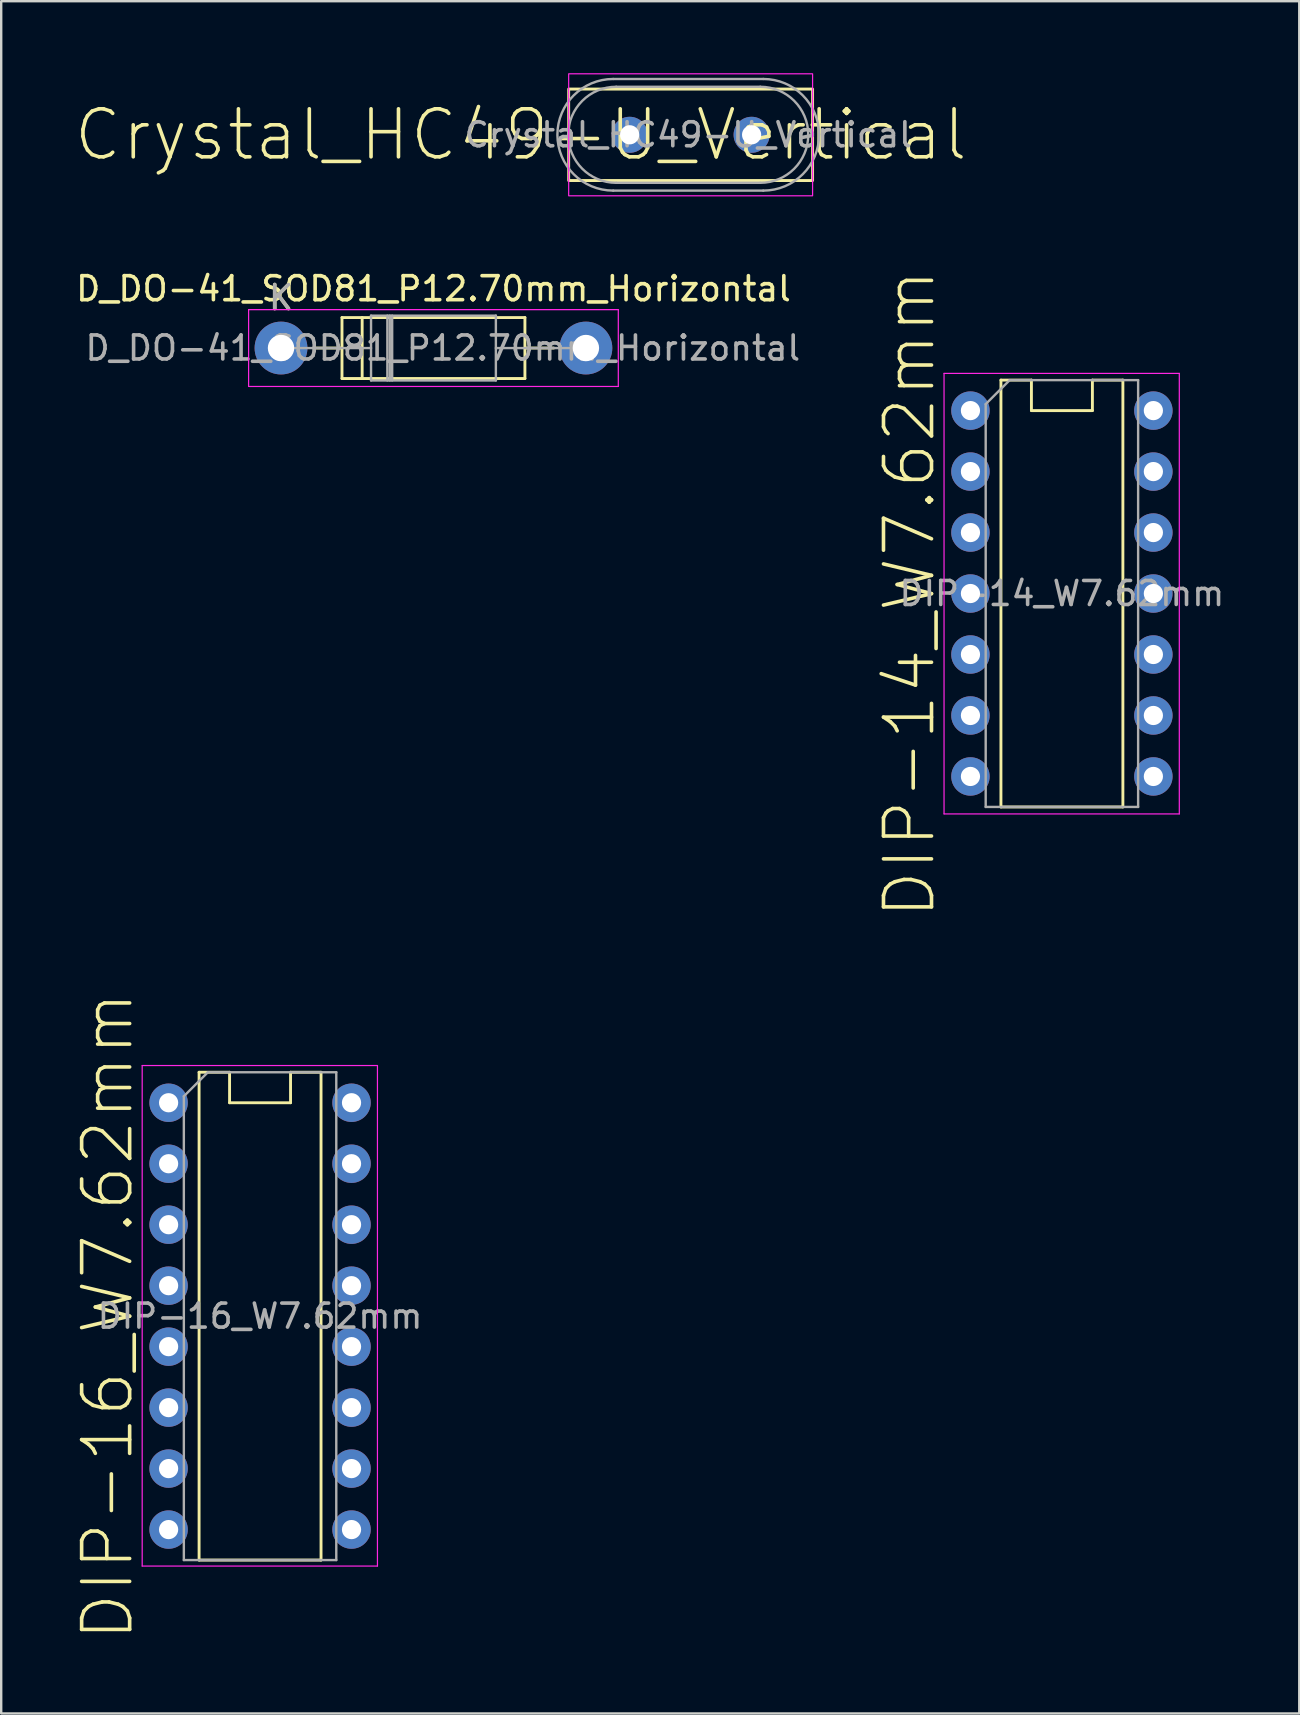
<source format=kicad_pcb>
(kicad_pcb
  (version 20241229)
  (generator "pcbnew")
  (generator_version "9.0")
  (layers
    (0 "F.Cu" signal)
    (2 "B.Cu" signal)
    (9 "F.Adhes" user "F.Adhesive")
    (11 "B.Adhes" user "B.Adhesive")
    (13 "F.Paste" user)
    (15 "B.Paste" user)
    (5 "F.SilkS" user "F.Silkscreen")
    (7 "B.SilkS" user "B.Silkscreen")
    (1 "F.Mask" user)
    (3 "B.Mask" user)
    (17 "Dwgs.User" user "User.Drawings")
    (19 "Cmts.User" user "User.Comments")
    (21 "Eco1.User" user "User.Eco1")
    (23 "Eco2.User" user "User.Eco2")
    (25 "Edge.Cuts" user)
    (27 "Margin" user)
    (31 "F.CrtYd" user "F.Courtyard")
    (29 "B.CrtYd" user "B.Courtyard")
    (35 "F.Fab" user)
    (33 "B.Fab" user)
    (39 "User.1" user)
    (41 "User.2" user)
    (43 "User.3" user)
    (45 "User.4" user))
  (footprint "DIP-14_W7.62mm"
    (layer "F.Cu")
    (at 37.375 14.054)
    (property "Reference" "DIP-14_W7.62mm" (at -2.54 7.625 90) (layer "F.SilkS") (effects (font (size 2 2) (thickness 0.15))))
    (attr through_hole)
    (fp_line (start 1.27 -1.27) (end 1.27 16.51) (stroke (width 0.12) (type solid)) (layer "F.SilkS"))
    (fp_line (start 1.27 16.51) (end 6.35 16.51) (stroke (width 0.12) (type solid)) (layer "F.SilkS"))
    (fp_line (start 2.54 -1.27) (end 1.27 -1.27) (stroke (width 0.12) (type solid)) (layer "F.SilkS"))
    (fp_line (start 2.54 -1.27) (end 2.54 0) (stroke (width 0.12) (type solid)) (layer "F.SilkS"))
    (fp_line (start 2.54 0) (end 5.08 0) (stroke (width 0.12) (type solid)) (layer "F.SilkS"))
    (fp_line (start 5.08 0) (end 5.08 -1.27) (stroke (width 0.12) (type solid)) (layer "F.SilkS"))
    (fp_line (start 6.35 -1.27) (end 5.08 -1.27) (stroke (width 0.12) (type solid)) (layer "F.SilkS"))
    (fp_line (start 6.35 16.51) (end 6.35 -1.27) (stroke (width 0.12) (type solid)) (layer "F.SilkS"))
    (fp_line (start -1.1 -1.55) (end -1.1 16.8) (stroke (width 0.05) (type solid)) (layer "F.CrtYd"))
    (fp_line (start -1.1 16.8) (end 8.7 16.8) (stroke (width 0.05) (type solid)) (layer "F.CrtYd"))
    (fp_line (start 8.7 -1.55) (end -1.1 -1.55) (stroke (width 0.05) (type solid)) (layer "F.CrtYd"))
    (fp_line (start 8.7 16.8) (end 8.7 -1.55) (stroke (width 0.05) (type solid)) (layer "F.CrtYd"))
    (fp_line (start 0.635 -0.27) (end 1.635 -1.27) (stroke (width 0.1) (type solid)) (layer "F.Fab"))
    (fp_line (start 0.635 16.51) (end 0.635 -0.27) (stroke (width 0.1) (type solid)) (layer "F.Fab"))
    (fp_line (start 1.635 -1.27) (end 6.985 -1.27) (stroke (width 0.1) (type solid)) (layer "F.Fab"))
    (fp_line (start 6.985 -1.27) (end 6.985 16.51) (stroke (width 0.1) (type solid)) (layer "F.Fab"))
    (fp_line (start 6.985 16.51) (end 0.635 16.51) (stroke (width 0.1) (type solid)) (layer "F.Fab"))
    (fp_text user "${REFERENCE}" (at 3.81 7.62 0) (layer "F.Fab") (effects (font (size 1 1) (thickness 0.15))))
    (pad "1" thru_hole circle (at 0 0) (size 1.6 1.6) (drill 0.8) (layers "*.Cu" "*.Mask"))
    (pad "2" thru_hole oval (at 0 2.54) (size 1.6 1.6) (drill 0.8) (layers "*.Cu" "*.Mask"))
    (pad "3" thru_hole oval (at 0 5.08) (size 1.6 1.6) (drill 0.8) (layers "*.Cu" "*.Mask"))
    (pad "4" thru_hole oval (at 0 7.62) (size 1.6 1.6) (drill 0.8) (layers "*.Cu" "*.Mask"))
    (pad "5" thru_hole oval (at 0 10.16) (size 1.6 1.6) (drill 0.8) (layers "*.Cu" "*.Mask"))
    (pad "6" thru_hole oval (at 0 12.7) (size 1.6 1.6) (drill 0.8) (layers "*.Cu" "*.Mask"))
    (pad "7" thru_hole oval (at 0 15.24) (size 1.6 1.6) (drill 0.8) (layers "*.Cu" "*.Mask"))
    (pad "8" thru_hole oval (at 7.62 15.24) (size 1.6 1.6) (drill 0.8) (layers "*.Cu" "*.Mask"))
    (pad "9" thru_hole oval (at 7.62 12.7) (size 1.6 1.6) (drill 0.8) (layers "*.Cu" "*.Mask"))
    (pad "10" thru_hole oval (at 7.62 10.16) (size 1.6 1.6) (drill 0.8) (layers "*.Cu" "*.Mask"))
    (pad "11" thru_hole oval (at 7.62 7.62) (size 1.6 1.6) (drill 0.8) (layers "*.Cu" "*.Mask"))
    (pad "12" thru_hole oval (at 7.62 5.08) (size 1.6 1.6) (drill 0.8) (layers "*.Cu" "*.Mask"))
    (pad "13" thru_hole oval (at 7.62 2.54) (size 1.6 1.6) (drill 0.8) (layers "*.Cu" "*.Mask"))
    (pad "14" thru_hole oval (at 7.62 0) (size 1.6 1.6) (drill 0.8) (layers "*.Cu" "*.Mask")))
  (footprint "D_DO-41_SOD81_P12.70mm_Horizontal"
    (layer "F.Cu")
    (at 8.656 11.448)
    (property "Reference" "D_DO-41_SOD81_P12.70mm_Horizontal" (at 6.35 -2.47 0) (layer "F.SilkS") (effects (font (size 1 1) (thickness 0.15))))
    (attr through_hole)
    (fp_line (start 1.34 0) (end 2.54 0) (stroke (width 0.12) (type solid)) (layer "F.SilkS"))
    (fp_line (start 2.54 -1.27) (end 2.54 1.27) (stroke (width 0.12) (type solid)) (layer "F.SilkS"))
    (fp_line (start 2.54 1.27) (end 10.16 1.27) (stroke (width 0.12) (type solid)) (layer "F.SilkS"))
    (fp_line (start 3.38 -1.27) (end 3.38 1.27) (stroke (width 0.12) (type solid)) (layer "F.SilkS"))
    (fp_line (start 10.16 -1.27) (end 2.54 -1.27) (stroke (width 0.12) (type solid)) (layer "F.SilkS"))
    (fp_line (start 10.16 1.27) (end 10.16 -1.27) (stroke (width 0.12) (type solid)) (layer "F.SilkS"))
    (fp_line (start 11.36 0) (end 10.16 0) (stroke (width 0.12) (type solid)) (layer "F.SilkS"))
    (fp_line (start -1.35 -1.6) (end -1.35 1.6) (stroke (width 0.05) (type solid)) (layer "F.CrtYd"))
    (fp_line (start -1.35 1.6) (end 14.05 1.6) (stroke (width 0.05) (type solid)) (layer "F.CrtYd"))
    (fp_line (start 14.05 -1.6) (end -1.35 -1.6) (stroke (width 0.05) (type solid)) (layer "F.CrtYd"))
    (fp_line (start 14.05 1.6) (end 14.05 -1.6) (stroke (width 0.05) (type solid)) (layer "F.CrtYd"))
    (fp_line (start 0 0) (end 3.75 0) (stroke (width 0.1) (type solid)) (layer "F.Fab"))
    (fp_line (start 3.75 -1.35) (end 3.75 1.35) (stroke (width 0.1) (type solid)) (layer "F.Fab"))
    (fp_line (start 3.75 1.35) (end 8.95 1.35) (stroke (width 0.1) (type solid)) (layer "F.Fab"))
    (fp_line (start 4.43 -1.35) (end 4.43 1.35) (stroke (width 0.1) (type solid)) (layer "F.Fab"))
    (fp_line (start 4.53 -1.35) (end 4.53 1.35) (stroke (width 0.1) (type solid)) (layer "F.Fab"))
    (fp_line (start 4.63 -1.35) (end 4.63 1.35) (stroke (width 0.1) (type solid)) (layer "F.Fab"))
    (fp_line (start 8.95 -1.35) (end 3.75 -1.35) (stroke (width 0.1) (type solid)) (layer "F.Fab"))
    (fp_line (start 8.95 1.35) (end 8.95 -1.35) (stroke (width 0.1) (type solid)) (layer "F.Fab"))
    (fp_line (start 12.7 0) (end 8.95 0) (stroke (width 0.1) (type solid)) (layer "F.Fab"))
    (fp_text user "K" (at 0 -2.1 0) (layer "F.SilkS") (effects (font (size 1 1) (thickness 0.15))))
    (fp_text user "K" (at 0 -2.1 0) (layer "F.Fab") (effects (font (size 1 1) (thickness 0.15))))
    (fp_text user "${REFERENCE}" (at 6.74 0 0) (layer "F.Fab") (effects (font (size 1 1) (thickness 0.15))))
    (pad "1" thru_hole circle (at 0 0) (size 2.2 2.2) (drill 1.1) (layers "*.Cu" "*.Mask"))
    (pad "2" thru_hole oval (at 12.7 0) (size 2.2 2.2) (drill 1.1) (layers "*.Cu" "*.Mask")))
  (footprint "DIP-16_W7.62mm"
    (layer "F.Cu")
    (at 3.973 42.886)
    (property "Reference" "DIP-16_W7.62mm" (at -2.54 8.89 90) (layer "F.SilkS") (effects (font (size 2 2) (thickness 0.15))))
    (attr through_hole)
    (fp_line (start 1.27 -1.27) (end 1.27 19.05) (stroke (width 0.12) (type solid)) (layer "F.SilkS"))
    (fp_line (start 1.27 19.05) (end 6.35 19.05) (stroke (width 0.12) (type solid)) (layer "F.SilkS"))
    (fp_line (start 2.54 -1.27) (end 1.27 -1.27) (stroke (width 0.12) (type solid)) (layer "F.SilkS"))
    (fp_line (start 2.54 -1.27) (end 2.54 0) (stroke (width 0.12) (type solid)) (layer "F.SilkS"))
    (fp_line (start 2.54 0) (end 5.08 0) (stroke (width 0.12) (type solid)) (layer "F.SilkS"))
    (fp_line (start 5.08 0) (end 5.08 -1.27) (stroke (width 0.12) (type solid)) (layer "F.SilkS"))
    (fp_line (start 6.35 -1.27) (end 5.08 -1.27) (stroke (width 0.12) (type solid)) (layer "F.SilkS"))
    (fp_line (start 6.35 19.05) (end 6.35 -1.27) (stroke (width 0.12) (type solid)) (layer "F.SilkS"))
    (fp_line (start -1.1 -1.55) (end -1.1 19.3) (stroke (width 0.05) (type solid)) (layer "F.CrtYd"))
    (fp_line (start -1.1 19.3) (end 8.7 19.3) (stroke (width 0.05) (type solid)) (layer "F.CrtYd"))
    (fp_line (start 8.7 -1.55) (end -1.1 -1.55) (stroke (width 0.05) (type solid)) (layer "F.CrtYd"))
    (fp_line (start 8.7 19.3) (end 8.7 -1.55) (stroke (width 0.05) (type solid)) (layer "F.CrtYd"))
    (fp_line (start 0.635 -0.27) (end 1.635 -1.27) (stroke (width 0.1) (type solid)) (layer "F.Fab"))
    (fp_line (start 0.635 19.05) (end 0.635 -0.27) (stroke (width 0.1) (type solid)) (layer "F.Fab"))
    (fp_line (start 1.635 -1.27) (end 6.985 -1.27) (stroke (width 0.1) (type solid)) (layer "F.Fab"))
    (fp_line (start 6.985 -1.27) (end 6.985 19.05) (stroke (width 0.1) (type solid)) (layer "F.Fab"))
    (fp_line (start 6.985 19.05) (end 0.635 19.05) (stroke (width 0.1) (type solid)) (layer "F.Fab"))
    (fp_text user "${REFERENCE}" (at 3.81 8.89 0) (layer "F.Fab") (effects (font (size 1 1) (thickness 0.15))))
    (pad "1" thru_hole circle (at 0 0) (size 1.6 1.6) (drill 0.8) (layers "*.Cu" "*.Mask"))
    (pad "2" thru_hole oval (at 0 2.54) (size 1.6 1.6) (drill 0.8) (layers "*.Cu" "*.Mask"))
    (pad "3" thru_hole oval (at 0 5.08) (size 1.6 1.6) (drill 0.8) (layers "*.Cu" "*.Mask"))
    (pad "4" thru_hole oval (at 0 7.62) (size 1.6 1.6) (drill 0.8) (layers "*.Cu" "*.Mask"))
    (pad "5" thru_hole oval (at 0 10.16) (size 1.6 1.6) (drill 0.8) (layers "*.Cu" "*.Mask"))
    (pad "6" thru_hole oval (at 0 12.7) (size 1.6 1.6) (drill 0.8) (layers "*.Cu" "*.Mask"))
    (pad "7" thru_hole oval (at 0 15.24) (size 1.6 1.6) (drill 0.8) (layers "*.Cu" "*.Mask"))
    (pad "8" thru_hole oval (at 0 17.78) (size 1.6 1.6) (drill 0.8) (layers "*.Cu" "*.Mask"))
    (pad "9" thru_hole oval (at 7.62 17.78) (size 1.6 1.6) (drill 0.8) (layers "*.Cu" "*.Mask"))
    (pad "10" thru_hole oval (at 7.62 15.24) (size 1.6 1.6) (drill 0.8) (layers "*.Cu" "*.Mask"))
    (pad "11" thru_hole oval (at 7.62 12.7) (size 1.6 1.6) (drill 0.8) (layers "*.Cu" "*.Mask"))
    (pad "12" thru_hole oval (at 7.62 10.16) (size 1.6 1.6) (drill 0.8) (layers "*.Cu" "*.Mask"))
    (pad "13" thru_hole oval (at 7.62 7.62) (size 1.6 1.6) (drill 0.8) (layers "*.Cu" "*.Mask"))
    (pad "14" thru_hole oval (at 7.62 5.08) (size 1.6 1.6) (drill 0.8) (layers "*.Cu" "*.Mask"))
    (pad "15" thru_hole oval (at 7.62 2.54) (size 1.6 1.6) (drill 0.8) (layers "*.Cu" "*.Mask"))
    (pad "16" thru_hole oval (at 7.62 0) (size 1.6 1.6) (drill 0.8) (layers "*.Cu" "*.Mask")))
  (footprint "Crystal_HC49-U_Vertical"
    (layer "F.Cu")
    (at 23.179 2.565)
    (property "Reference" "Crystal_HC49-U_Vertical" (at -4.535 0 180) (layer "F.SilkS") (effects (font (size 2 2) (thickness 0.15))))
    (attr through_hole)
    (fp_rect (start -2.54 -1.905) (end 7.62 1.905) (stroke (width 0.12) (type solid)) (fill no) (layer "F.SilkS"))
    (fp_rect (start -2.54 -2.54) (end 7.62 2.54) (stroke (width 0.05) (type solid)) (fill no) (layer "F.CrtYd"))
    (fp_line (start -0.685 -2.325) (end 5.565 -2.325) (stroke (width 0.1) (type solid)) (layer "F.Fab"))
    (fp_line (start -0.685 2.325) (end 5.565 2.325) (stroke (width 0.1) (type solid)) (layer "F.Fab"))
    (fp_line (start -0.56 -2) (end 5.44 -2) (stroke (width 0.1) (type solid)) (layer "F.Fab"))
    (fp_line (start -0.56 2) (end 5.44 2) (stroke (width 0.1) (type solid)) (layer "F.Fab"))
    (fp_arc (start -0.685 2.325) (mid -3.01 0) (end -0.685 -2.325) (stroke (width 0.1) (type solid)) (layer "F.Fab"))
    (fp_arc (start -0.56 2) (mid -2.56 0) (end -0.56 -2) (stroke (width 0.1) (type solid)) (layer "F.Fab"))
    (fp_arc (start 5.44 -2) (mid 7.44 0) (end 5.44 2) (stroke (width 0.1) (type solid)) (layer "F.Fab"))
    (fp_arc (start 5.565 -2.325) (mid 7.89 0) (end 5.565 2.325) (stroke (width 0.1) (type solid)) (layer "F.Fab"))
    (fp_text user "${REFERENCE}" (at 2.44 0 180) (layer "F.Fab") (effects (font (size 1 1) (thickness 0.15))))
    (pad "1" thru_hole circle (at 0 0) (size 1.5 1.5) (drill 0.8) (layers "*.Cu" "*.Mask"))
    (pad "2" thru_hole circle (at 5.08 0) (size 1.5 1.5) (drill 0.8) (layers "*.Cu" "*.Mask")))
  (gr_rect
    (start -3 -3)
    (end 51.072 68.325)
    (stroke (width 0.1) (type default))
    (fill no)
    (layer "Edge.Cuts")))
</source>
